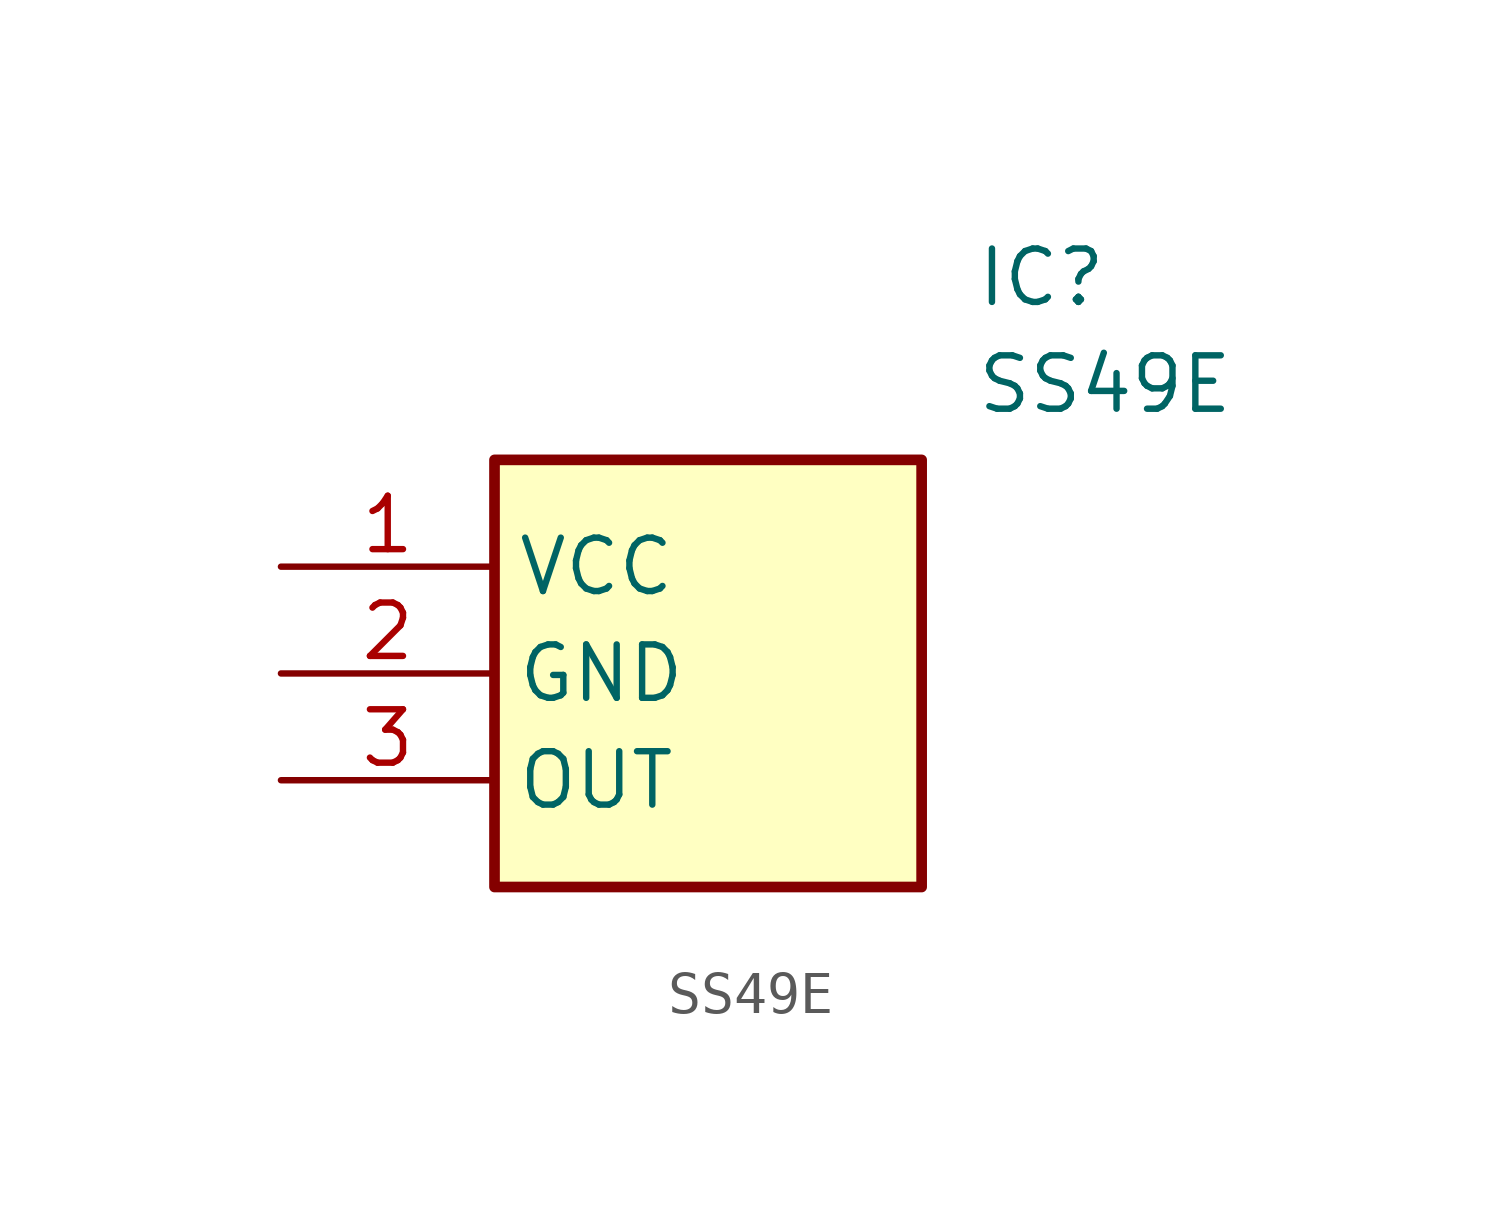
<source format=kicad_sym>
(kicad_symbol_lib
  (version 20231120)
  (generator "kicad_symbol_editor")
  (generator_version "8.0")
  (symbol "SS49E"
    (property "Reference" "IC"
      (at 16.51 7.62 0)
      (effects (font (size 1.27 1.27)) (justify left top)))
    (property "Value" "SS49E"
      (at 16.51 5.08 0)
      (effects (font (size 1.27 1.27)) (justify left top)))
    (symbol "SS49E_1_1"
      (rectangle (start 5.08 2.54) (end 15.24 -7.62) (stroke (width 0.254) (type default)) (fill (type background)))
      (pin passive line (at 0 0 0) (length 5.08) (name "VCC" (effects (font (size 1.27 1.27)))) (number "1" (effects (font (size 1.27 1.27)))))
      (pin passive line (at 0 -2.54 0) (length 5.08) (name "GND" (effects (font (size 1.27 1.27)))) (number "2" (effects (font (size 1.27 1.27)))))
      (pin passive line (at 0 -5.08 0) (length 5.08) (name "OUT" (effects (font (size 1.27 1.27)))) (number "3" (effects (font (size 1.27 1.27))))))))
</source>
